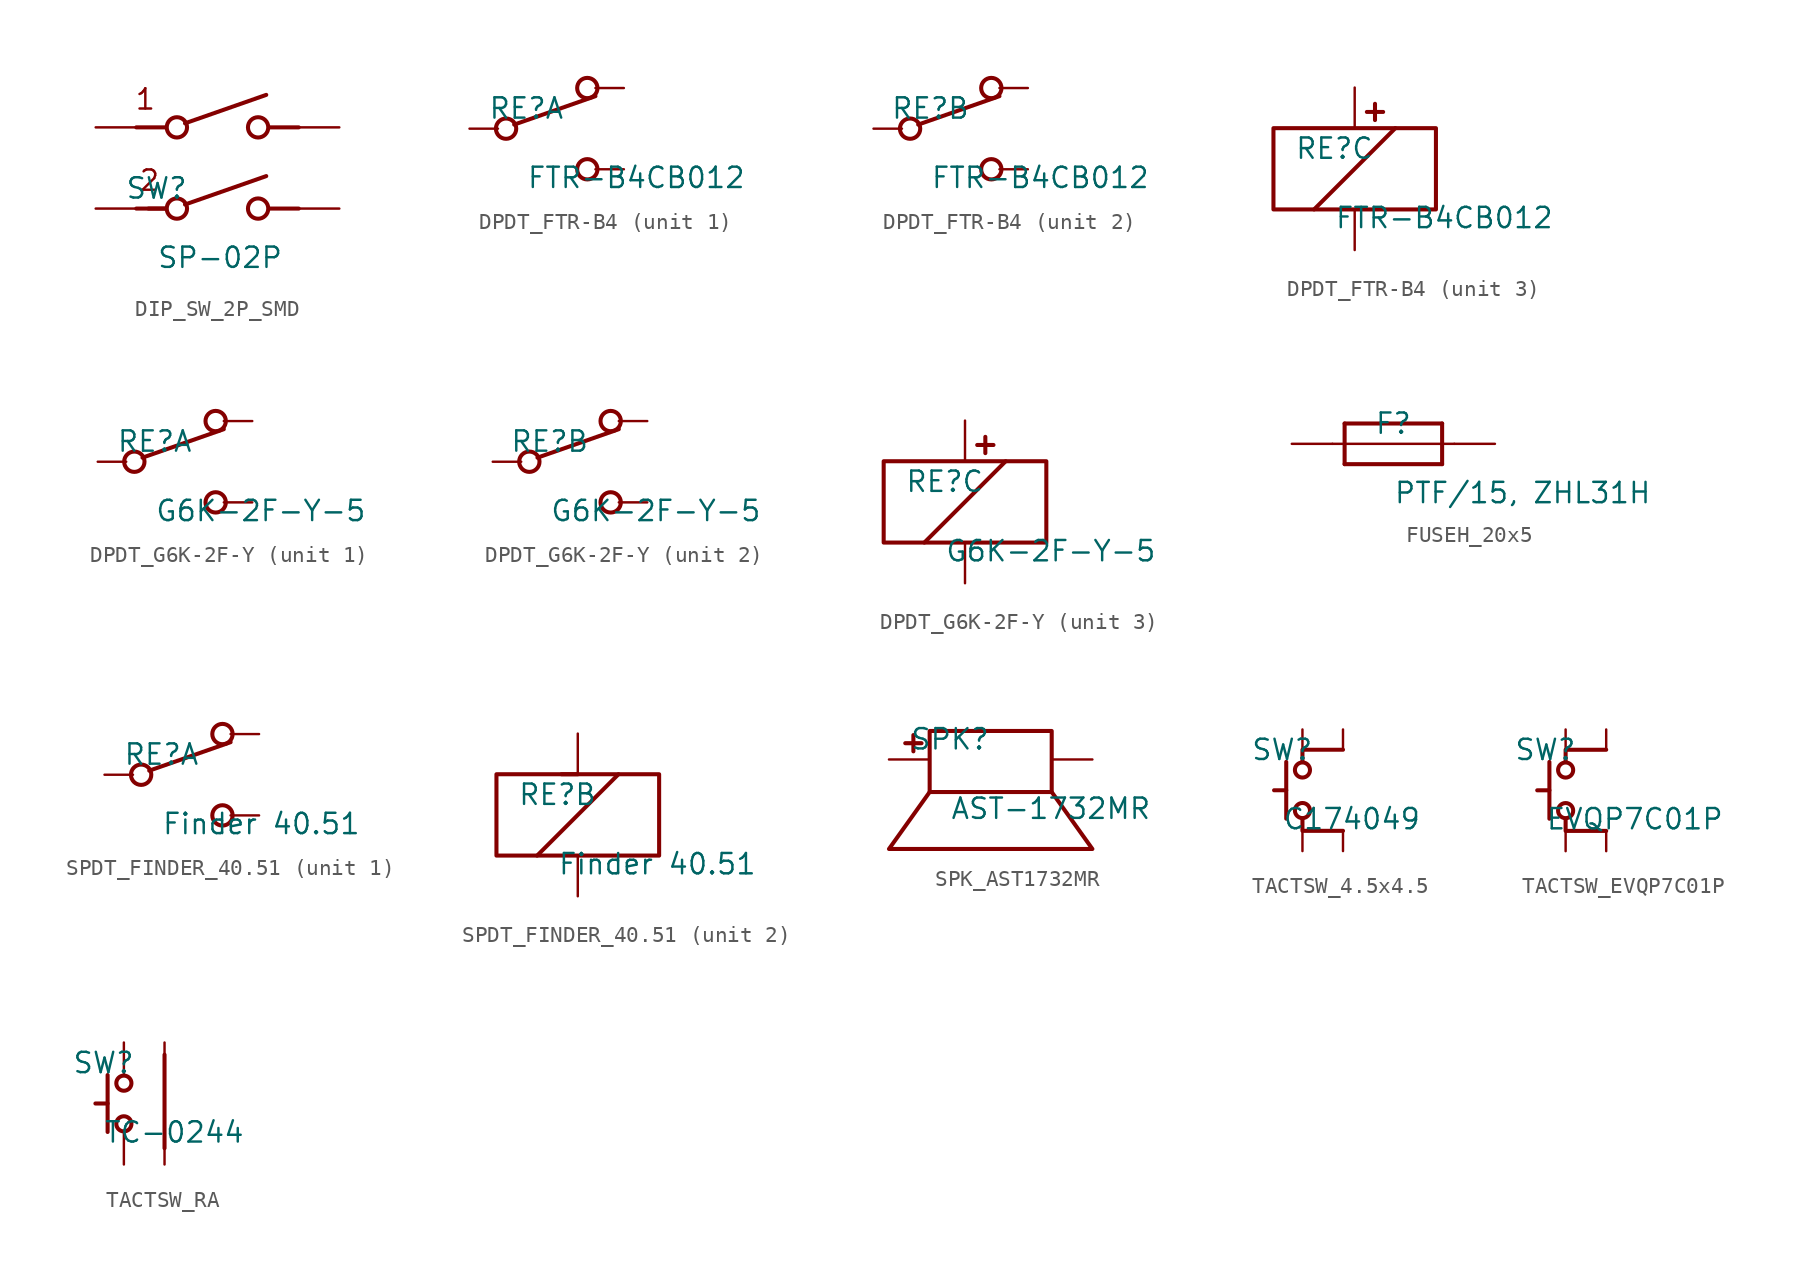
<source format=kicad_sym>
(kicad_symbol_lib
  (version 20231120)
  (generator "kicad_symbol_editor")
  (generator_version "8.0")
  (symbol "DIP_SW_2P_SMD"
    (property "Reference" "SW"
      (at -1.27 1.27 0)
      (effects (font (size 1.27 1.27))))
    (property "Value" "SP-02P"
      (at -1.27 -3.81 0)
      (effects (font (size 1.27 1.27)) (justify left bottom)))
    (symbol "DIP_SW_2P_SMD_1_0"
      (polyline (pts (xy -2.54 0) (xy -0.762 0)) (stroke (width 0.254) (type solid)) (fill (type none)))
      (polyline (pts (xy -2.54 5.08) (xy -0.762 5.08)) (stroke (width 0.254) (type solid)) (fill (type none)))
      (polyline (pts (xy -1.778 0) (xy -0.762 0)) (stroke (width 0.254) (type solid)) (fill (type none)))
      (polyline (pts (xy 5.588 2.032) (xy 0.508 0.254)) (stroke (width 0.254) (type solid)) (fill (type none)))
      (polyline (pts (xy 5.588 7.112) (xy 0.508 5.334)) (stroke (width 0.254) (type solid)) (fill (type none)))
      (polyline (pts (xy 7.62 0) (xy 5.842 0)) (stroke (width 0.254) (type solid)) (fill (type none)))
      (polyline (pts (xy 7.62 5.08) (xy 5.842 5.08)) (stroke (width 0.254) (type solid)) (fill (type none)))
      (circle (center 0 0) (radius 0.635) (stroke (width 0.254) (type solid)) (fill (type none)))
      (circle (center 0 5.08) (radius 0.635) (stroke (width 0.254) (type solid)) (fill (type none)))
      (circle (center 5.08 0) (radius 0.635) (stroke (width 0.254) (type solid)) (fill (type none)))
      (circle (center 5.08 5.08) (radius 0.635) (stroke (width 0.254) (type solid)) (fill (type none)))
      (text "1" (at -1.27 6.096 0) (effects (font (size 1.27 1.27)) (justify right bottom)))
      (text "2" (at -1.016 1.016 0) (effects (font (size 1.27 1.27)) (justify right bottom)))
      (pin passive line (at -5.08 5.08 0) (length 2.54) (name "" (effects (font (size 0 0)))) (number "1" (effects (font (size 0 0)))))
      (pin passive line (at -5.08 0 0) (length 2.54) (name "" (effects (font (size 0 0)))) (number "2" (effects (font (size 0 0)))))
      (pin passive line (at 10.16 0 180) (length 2.54) (name "" (effects (font (size 0 0)))) (number "3" (effects (font (size 0 0)))))
      (pin passive line (at 10.16 5.08 180) (length 2.54) (name "" (effects (font (size 0 0)))) (number "4" (effects (font (size 0 0)))))))
  (symbol "DPDT_FTR-B4"
    (property "Reference" "RE"
      (at -1.27 1.27 0)
      (effects (font (size 1.27 1.27))))
    (property "Value" "FTR-B4CB012"
      (at -1.27 -3.81 0)
      (effects (font (size 1.27 1.27)) (justify left bottom)))
    (symbol "DPDT_FTR-B4_1_0"
      (circle (center -2.54 0) (radius 0.635) (stroke (width 0.254) (type solid)) (fill (type none)))
      (polyline (pts (xy 3.048 2.032) (xy -2.032 0.254)) (stroke (width 0.254) (type solid)) (fill (type none)))
      (circle (center 2.54 -2.54) (radius 0.635) (stroke (width 0.254) (type solid)) (fill (type none)))
      (circle (center 2.54 2.54) (radius 0.635) (stroke (width 0.254) (type solid)) (fill (type none)))
      (pin passive line (at 4.826 2.54 180) (length 1.778) (name "NC" (effects (font (size 0 0)))) (number "2" (effects (font (size 0 0)))))
      (pin passive line (at -4.826 0 0) (length 1.778) (name "C" (effects (font (size 0 0)))) (number "3" (effects (font (size 0 0)))))
      (pin passive line (at 4.826 -2.54 180) (length 1.778) (name "NO" (effects (font (size 0 0)))) (number "4" (effects (font (size 0 0))))))
    (symbol "DPDT_FTR-B4_2_0"
      (circle (center -2.54 0) (radius 0.635) (stroke (width 0.254) (type solid)) (fill (type none)))
      (polyline (pts (xy 3.048 2.032) (xy -2.032 0.254)) (stroke (width 0.254) (type solid)) (fill (type none)))
      (circle (center 2.54 -2.54) (radius 0.635) (stroke (width 0.254) (type solid)) (fill (type none)))
      (circle (center 2.54 2.54) (radius 0.635) (stroke (width 0.254) (type solid)) (fill (type none)))
      (pin passive line (at 4.826 -2.54 180) (length 1.778) (name "NO" (effects (font (size 0 0)))) (number "5" (effects (font (size 0 0)))))
      (pin passive line (at -4.826 0 0) (length 1.778) (name "C" (effects (font (size 0 0)))) (number "6" (effects (font (size 0 0)))))
      (pin passive line (at 4.826 2.54 180) (length 1.778) (name "NC" (effects (font (size 0 0)))) (number "7" (effects (font (size 0 0))))))
    (symbol "DPDT_FTR-B4_3_0"
      (polyline (pts (xy 0.762 3.556) (xy 1.778 3.556)) (stroke (width 0.254) (type solid)) (fill (type none)))
      (polyline (pts (xy 1.27 4.064) (xy 1.27 3.048)) (stroke (width 0.254) (type solid)) (fill (type none)))
      (polyline (pts (xy 2.54 2.54) (xy -2.54 -2.54)) (stroke (width 0.254) (type solid)) (fill (type none)))
      (polyline (pts (xy -5.08 2.54) (xy 5.08 2.54) (xy 5.08 -2.54) (xy -5.08 -2.54) (xy -5.08 2.54)) (stroke (width 0.254) (type solid)) (fill (type none)))
      (pin passive line (at 0 5.08 270) (length 2.54) (name "14" (effects (font (size 0 0)))) (number "1" (effects (font (size 0 0)))))
      (pin passive line (at 0 -5.08 90) (length 2.54) (name "15" (effects (font (size 0 0)))) (number "8" (effects (font (size 0 0)))))))
  (symbol "DPDT_G6K-2F-Y"
    (property "Reference" "RE"
      (at -1.27 1.27 0)
      (effects (font (size 1.27 1.27))))
    (property "Value" "G6K-2F-Y-5"
      (at -1.27 -3.81 0)
      (effects (font (size 1.27 1.27)) (justify left bottom)))
    (symbol "DPDT_G6K-2F-Y_1_0"
      (circle (center -2.54 0) (radius 0.635) (stroke (width 0.254) (type solid)) (fill (type none)))
      (polyline (pts (xy 3.048 2.032) (xy -2.032 0.254)) (stroke (width 0.254) (type solid)) (fill (type none)))
      (circle (center 2.54 -2.54) (radius 0.635) (stroke (width 0.254) (type solid)) (fill (type none)))
      (circle (center 2.54 2.54) (radius 0.635) (stroke (width 0.254) (type solid)) (fill (type none)))
      (pin passive line (at 4.826 2.54 180) (length 1.778) (name "NC" (effects (font (size 0 0)))) (number "2" (effects (font (size 0 0)))))
      (pin passive line (at -4.826 0 0) (length 1.778) (name "C" (effects (font (size 0 0)))) (number "3" (effects (font (size 0 0)))))
      (pin passive line (at 4.826 -2.54 180) (length 1.778) (name "NO" (effects (font (size 0 0)))) (number "4" (effects (font (size 0 0))))))
    (symbol "DPDT_G6K-2F-Y_2_0"
      (circle (center -2.54 0) (radius 0.635) (stroke (width 0.254) (type solid)) (fill (type none)))
      (polyline (pts (xy 3.048 2.032) (xy -2.032 0.254)) (stroke (width 0.254) (type solid)) (fill (type none)))
      (circle (center 2.54 -2.54) (radius 0.635) (stroke (width 0.254) (type solid)) (fill (type none)))
      (circle (center 2.54 2.54) (radius 0.635) (stroke (width 0.254) (type solid)) (fill (type none)))
      (pin passive line (at 4.826 -2.54 180) (length 1.778) (name "NO" (effects (font (size 0 0)))) (number "5" (effects (font (size 0 0)))))
      (pin passive line (at -4.826 0 0) (length 1.778) (name "C" (effects (font (size 0 0)))) (number "6" (effects (font (size 0 0)))))
      (pin passive line (at 4.826 2.54 180) (length 1.778) (name "NC" (effects (font (size 0 0)))) (number "7" (effects (font (size 0 0))))))
    (symbol "DPDT_G6K-2F-Y_3_0"
      (polyline (pts (xy 0.762 3.556) (xy 1.778 3.556)) (stroke (width 0.254) (type solid)) (fill (type none)))
      (polyline (pts (xy 1.27 4.064) (xy 1.27 3.048)) (stroke (width 0.254) (type solid)) (fill (type none)))
      (polyline (pts (xy 2.54 2.54) (xy -2.54 -2.54)) (stroke (width 0.254) (type solid)) (fill (type none)))
      (polyline (pts (xy -5.08 2.54) (xy 5.08 2.54) (xy 5.08 -2.54) (xy -5.08 -2.54) (xy -5.08 2.54)) (stroke (width 0.254) (type solid)) (fill (type none)))
      (pin passive line (at 0 5.08 270) (length 2.54) (name "14" (effects (font (size 0 0)))) (number "1" (effects (font (size 0 0)))))
      (pin passive line (at 0 -5.08 90) (length 2.54) (name "15" (effects (font (size 0 0)))) (number "8" (effects (font (size 0 0)))))))
  (symbol "FUSEH_20x5"
    (property "Reference" "F"
      (at -1.27 1.27 0)
      (effects (font (size 1.27 1.27))))
    (property "Value" "PTF/15, ZHL31H"
      (at -1.27 -3.81 0)
      (effects (font (size 1.27 1.27)) (justify left bottom)))
    (symbol "FUSEH_20x5_1_0"
      (polyline (pts (xy -5.08 0) (xy 2.54 0)) (stroke (width 0) (type solid)) (fill (type none)))
      (polyline (pts (xy -4.318 -1.27) (xy 1.778 -1.27)) (stroke (width 0.254) (type solid)) (fill (type none)))
      (polyline (pts (xy -4.318 1.27) (xy -4.318 -1.27)) (stroke (width 0.254) (type solid)) (fill (type none)))
      (polyline (pts (xy -4.318 1.27) (xy 1.778 1.27)) (stroke (width 0.254) (type solid)) (fill (type none)))
      (polyline (pts (xy 1.778 1.27) (xy 1.778 -1.27)) (stroke (width 0.254) (type solid)) (fill (type none)))
      (pin passive line (at -7.62 0 0) (length 2.54) (name "1" (effects (font (size 0 0)))) (number "1" (effects (font (size 0 0)))))
      (pin passive line (at 5.08 0 180) (length 2.54) (name "2" (effects (font (size 0 0)))) (number "2" (effects (font (size 0 0)))))))
  (symbol "SPDT_FINDER_40.51"
    (property "Reference" "RE"
      (at -1.27 1.27 0)
      (effects (font (size 1.27 1.27))))
    (property "Value" "Finder 40.51"
      (at -1.27 -3.81 0)
      (effects (font (size 1.27 1.27)) (justify left bottom)))
    (symbol "SPDT_FINDER_40.51_1_0"
      (circle (center -2.54 0) (radius 0.635) (stroke (width 0.254) (type solid)) (fill (type none)))
      (polyline (pts (xy 3.048 2.032) (xy -2.032 0.254)) (stroke (width 0.254) (type solid)) (fill (type none)))
      (circle (center 2.54 -2.54) (radius 0.635) (stroke (width 0.254) (type solid)) (fill (type none)))
      (circle (center 2.54 2.54) (radius 0.635) (stroke (width 0.254) (type solid)) (fill (type none)))
      (pin passive line (at 4.826 2.54 180) (length 1.778) (name "NC" (effects (font (size 0 0)))) (number "12" (effects (font (size 0 0)))))
      (pin passive line (at 4.826 -2.54 180) (length 1.778) (name "NO" (effects (font (size 0 0)))) (number "14" (effects (font (size 0 0)))))
      (pin passive line (at -4.826 0 0) (length 1.778) (name "C" (effects (font (size 0 0)))) (number "21" (effects (font (size 0 0))))))
    (symbol "SPDT_FINDER_40.51_2_0"
      (polyline (pts (xy -1.016 2.54) (xy 0 2.54)) (stroke (width 0.254) (type solid)) (fill (type none)))
      (polyline (pts (xy 2.54 2.54) (xy -2.54 -2.54)) (stroke (width 0.254) (type solid)) (fill (type none)))
      (polyline (pts (xy -5.08 2.54) (xy 5.08 2.54) (xy 5.08 -2.54) (xy -5.08 -2.54) (xy -5.08 2.54)) (stroke (width 0.254) (type solid)) (fill (type none)))
      (pin passive line (at 0 5.08 270) (length 2.54) (name "14" (effects (font (size 0 0)))) (number "A1" (effects (font (size 0 0)))))
      (pin passive line (at 0 -5.08 90) (length 2.54) (name "15" (effects (font (size 0 0)))) (number "A2" (effects (font (size 0 0)))))))
  (symbol "SPK_AST1732MR"
    (property "Reference" "SPK"
      (at -1.27 1.27 0)
      (effects (font (size 1.27 1.27))))
    (property "Value" "AST-1732MR"
      (at -1.27 -3.81 0)
      (effects (font (size 1.27 1.27)) (justify left bottom)))
    (symbol "SPK_AST1732MR_1_0"
      (polyline (pts (xy -4.064 1.016) (xy -3.048 1.016)) (stroke (width 0.254) (type solid)) (fill (type none)))
      (polyline (pts (xy -3.556 1.524) (xy -3.556 0.508)) (stroke (width 0.254) (type solid)) (fill (type none)))
      (polyline (pts (xy -2.54 -2.032) (xy -5.08 -5.588) (xy 7.62 -5.588) (xy 5.08 -2.032)) (stroke (width 0.254) (type solid)) (fill (type none)))
      (rectangle (start 5.08 1.778) (end -2.54 -2.032) (stroke (width 0.254) (type solid)) (fill (type none)))
      (pin passive line (at -5.08 0 0) (length 2.54) (name "2" (effects (font (size 0 0)))) (number "1" (effects (font (size 0 0)))))
      (pin passive line (at 7.62 0 180) (length 2.54) (name "2" (effects (font (size 0 0)))) (number "2" (effects (font (size 0 0)))))))
  (symbol "TACTSW_4.5x4.5"
    (property "Reference" "SW"
      (at -1.27 1.27 0)
      (effects (font (size 1.27 1.27))))
    (property "Value" "C174049"
      (at -1.27 -3.81 0)
      (effects (font (size 1.27 1.27)) (justify left bottom)))
    (symbol "TACTSW_4.5x4.5_1_0"
      (circle (center 0 -2.54) (radius 0.473) (stroke (width 0.254) (type solid)) (fill (type none)))
      (polyline (pts (xy -1.016 -1.27) (xy -1.778 -1.27)) (stroke (width 0.254) (type solid)) (fill (type none)))
      (polyline (pts (xy -1.016 0.508) (xy -1.016 -3.048)) (stroke (width 0.254) (type solid)) (fill (type none)))
      (polyline (pts (xy 2.54 -3.81) (xy 0 -3.81) (xy 0 -3.048)) (stroke (width 0.254) (type solid)) (fill (type none)))
      (polyline (pts (xy 2.54 1.27) (xy 0 1.27) (xy 0 0.508)) (stroke (width 0.254) (type solid)) (fill (type none)))
      (circle (center 0 0) (radius 0.473) (stroke (width 0.254) (type solid)) (fill (type none)))
      (pin passive line (at 0 2.54 270) (length 1.27) (name "1" (effects (font (size 0 0)))) (number "1" (effects (font (size 0 0)))))
      (pin passive line (at 2.54 2.54 270) (length 1.27) (name "2" (effects (font (size 0 0)))) (number "2" (effects (font (size 0 0)))))
      (pin passive line (at 2.54 -5.08 90) (length 1.27) (name "3" (effects (font (size 0 0)))) (number "3" (effects (font (size 0 0)))))
      (pin passive line (at 0 -5.08 90) (length 1.27) (name "4" (effects (font (size 0 0)))) (number "4" (effects (font (size 0 0)))))))
  (symbol "TACTSW_EVQP7C01P"
    (property "Reference" "SW"
      (at -1.27 1.27 0)
      (effects (font (size 1.27 1.27))))
    (property "Value" "EVQP7C01P"
      (at -1.27 -3.81 0)
      (effects (font (size 1.27 1.27)) (justify left bottom)))
    (symbol "TACTSW_EVQP7C01P_1_0"
      (circle (center 0 -2.54) (radius 0.473) (stroke (width 0.254) (type solid)) (fill (type none)))
      (polyline (pts (xy -1.016 -1.27) (xy -1.778 -1.27)) (stroke (width 0.254) (type solid)) (fill (type none)))
      (polyline (pts (xy -1.016 0.508) (xy -1.016 -3.048)) (stroke (width 0.254) (type solid)) (fill (type none)))
      (polyline (pts (xy 2.54 -3.81) (xy 0 -3.81) (xy 0 -3.048)) (stroke (width 0.254) (type solid)) (fill (type none)))
      (polyline (pts (xy 2.54 1.27) (xy 0 1.27) (xy 0 0.508)) (stroke (width 0.254) (type solid)) (fill (type none)))
      (circle (center 0 0) (radius 0.473) (stroke (width 0.254) (type solid)) (fill (type none)))
      (pin passive line (at 0 2.54 270) (length 1.27) (name "1" (effects (font (size 0 0)))) (number "1" (effects (font (size 0 0)))))
      (pin passive line (at 2.54 2.54 270) (length 1.27) (name "1'" (effects (font (size 0 0)))) (number "1'" (effects (font (size 0 0)))))
      (pin passive line (at 0 -5.08 90) (length 1.27) (name "2" (effects (font (size 0 0)))) (number "2" (effects (font (size 0 0)))))
      (pin passive line (at 2.54 -5.08 90) (length 1.27) (name "2'" (effects (font (size 0 0)))) (number "2'" (effects (font (size 0 0)))))))
  (symbol "TACTSW_RA"
    (property "Reference" "SW"
      (at -1.27 1.27 0)
      (effects (font (size 1.27 1.27))))
    (property "Value" "TC-0244"
      (at -1.27 -3.81 0)
      (effects (font (size 1.27 1.27)) (justify left bottom)))
    (symbol "TACTSW_RA_1_0"
      (circle (center 0 -2.54) (radius 0.473) (stroke (width 0.254) (type solid)) (fill (type none)))
      (polyline (pts (xy -1.016 -1.27) (xy -1.778 -1.27)) (stroke (width 0.254) (type solid)) (fill (type none)))
      (polyline (pts (xy -1.016 0.508) (xy -1.016 -3.048)) (stroke (width 0.254) (type solid)) (fill (type none)))
      (polyline (pts (xy 2.54 1.778) (xy 2.54 -4.064)) (stroke (width 0.254) (type solid)) (fill (type none)))
      (circle (center 0 0) (radius 0.473) (stroke (width 0.254) (type solid)) (fill (type none)))
      (pin passive line (at 0 2.54 270) (length 2.032) (name "1" (effects (font (size 0 0)))) (number "1" (effects (font (size 0 0)))))
      (pin passive line (at 0 -5.08 90) (length 2.032) (name "2" (effects (font (size 0 0)))) (number "2" (effects (font (size 0 0)))))
      (pin passive line (at 2.54 -5.08 90) (length 1.27) (name "SH" (effects (font (size 0 0)))) (number "SH" (effects (font (size 0 0)))))
      (pin passive line (at 2.54 2.54 270) (length 1.27) (name "SH" (effects (font (size 0 0)))) (number "SH" (effects (font (size 0 0))))))))
</source>
